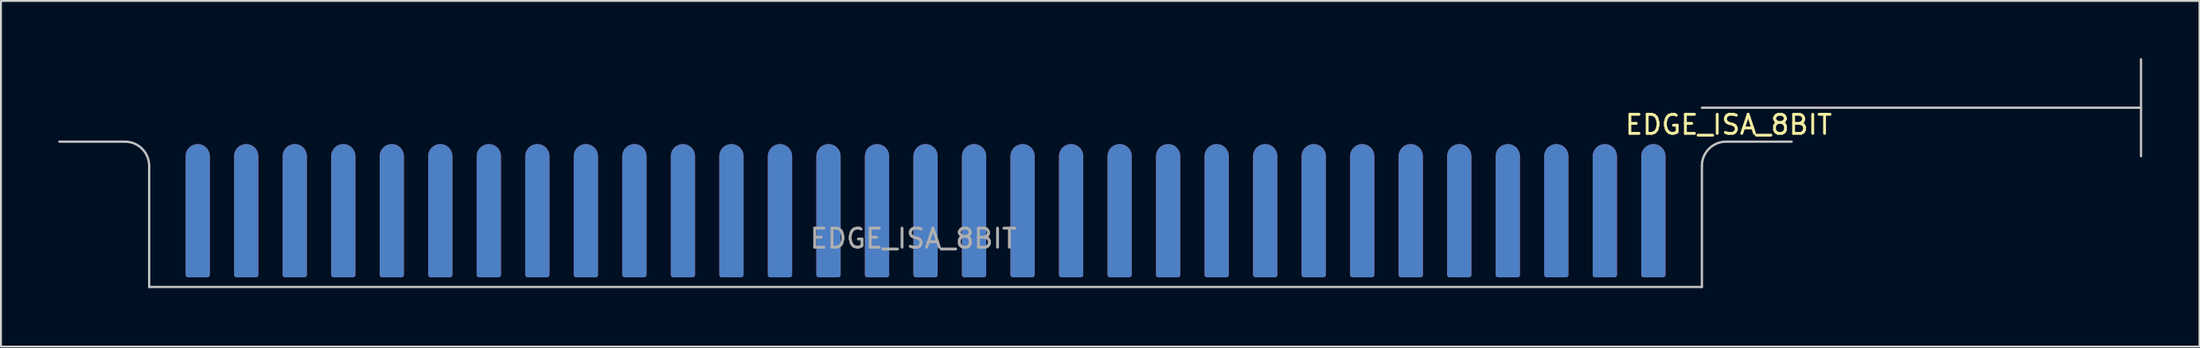
<source format=kicad_pcb>
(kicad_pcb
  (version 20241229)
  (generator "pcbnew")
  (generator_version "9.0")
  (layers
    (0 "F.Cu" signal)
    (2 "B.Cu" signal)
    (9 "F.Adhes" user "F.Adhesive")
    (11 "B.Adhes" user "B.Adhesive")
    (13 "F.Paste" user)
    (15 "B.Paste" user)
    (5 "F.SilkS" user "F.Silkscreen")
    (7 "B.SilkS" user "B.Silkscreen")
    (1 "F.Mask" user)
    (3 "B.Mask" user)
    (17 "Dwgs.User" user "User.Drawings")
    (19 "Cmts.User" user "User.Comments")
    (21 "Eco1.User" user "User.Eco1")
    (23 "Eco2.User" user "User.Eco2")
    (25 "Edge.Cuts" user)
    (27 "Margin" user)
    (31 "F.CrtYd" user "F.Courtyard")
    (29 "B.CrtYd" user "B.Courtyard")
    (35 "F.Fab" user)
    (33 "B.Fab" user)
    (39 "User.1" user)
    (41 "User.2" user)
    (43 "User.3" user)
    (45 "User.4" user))
  (footprint "EDGE_ISA_8BIT"
    (layer "F.Cu")
    (at 83.499 5.14)
    (property "Reference" "EDGE_ISA_8BIT" (at 3.937 -1.651 0) (unlocked yes) (layer "F.SilkS") (effects (font (size 1 1) (thickness 0.15))))
    (attr smd)
    (fp_rect (start -80.01 6.858) (end 3.556 -0.635) (stroke (width 0.254) (type solid)) (fill yes) (layer "F.Mask"))
    (fp_rect (start -80.01 6.858) (end 3.556 -0.635) (stroke (width 0.254) (type solid)) (fill yes) (layer "B.Mask"))
    (fp_line (start -80.01 -0.762) (end -83.439 -0.762) (stroke (width 0.12) (type solid)) (layer "Dwgs.User"))
    (fp_line (start -78.74 6.858) (end -78.74 0.508) (stroke (width 0.12) (type solid)) (layer "Dwgs.User"))
    (fp_line (start 2.54 -2.54) (end 25.527 -2.54) (stroke (width 0.12) (type solid)) (layer "Dwgs.User"))
    (fp_line (start 2.54 6.858) (end -78.74 6.858) (stroke (width 0.12) (type solid)) (layer "Dwgs.User"))
    (fp_line (start 2.54 6.858) (end 2.54 0.508) (stroke (width 0.12) (type solid)) (layer "Dwgs.User"))
    (fp_line (start 3.81 -0.762) (end 7.239 -0.762) (stroke (width 0.12) (type solid)) (layer "Dwgs.User"))
    (fp_line (start 25.527 0) (end 25.527 -5.08) (stroke (width 0.12) (type solid)) (layer "Dwgs.User"))
    (fp_arc (start -80.010001 -0.761999) (mid -79.111975 -0.390025) (end -78.740001 0.508001) (stroke (width 0.12) (type solid)) (layer "Dwgs.User"))
    (fp_arc (start 2.54 0.508) (mid 2.911974 -0.390026) (end 3.81 -0.762) (stroke (width 0.12) (type solid)) (layer "Dwgs.User"))
    (fp_text user "${REFERENCE}" (at -38.735 4.318 0) (unlocked yes) (layer "F.Fab") (effects (font (size 1 1) (thickness 0.15))))
    (pad "A1" smd custom (at 0 0) (size 1.27 1.27) (layers "F.Cu" "F.Mask") (options (anchor circle)) (primitives (gr_rect (start -0.508 0) (end 0.508 6.223) (width 0.254) (fill yes))))
    (pad "A2" smd custom (at -2.54 0) (size 1.27 1.27) (layers "F.Cu" "F.Mask") (options (anchor circle)) (primitives (gr_rect (start -0.508 0) (end 0.508 6.223) (width 0.254) (fill yes))))
    (pad "A3" smd custom (at -5.08 0) (size 1.27 1.27) (layers "F.Cu" "F.Mask") (options (anchor circle)) (primitives (gr_rect (start -0.508 0) (end 0.508 6.223) (width 0.254) (fill yes))))
    (pad "A4" smd custom (at -7.62 0) (size 1.27 1.27) (layers "F.Cu" "F.Mask") (options (anchor circle)) (primitives (gr_rect (start -0.508 0) (end 0.508 6.223) (width 0.254) (fill yes))))
    (pad "A5" smd custom (at -10.16 0) (size 1.27 1.27) (layers "F.Cu" "F.Mask") (options (anchor circle)) (primitives (gr_rect (start -0.508 0) (end 0.508 6.223) (width 0.254) (fill yes))))
    (pad "A6" smd custom (at -12.7 0) (size 1.27 1.27) (layers "F.Cu" "F.Mask") (options (anchor circle)) (primitives (gr_rect (start -0.508 0) (end 0.508 6.223) (width 0.254) (fill yes))))
    (pad "A7" smd custom (at -15.24 0) (size 1.27 1.27) (layers "F.Cu" "F.Mask") (options (anchor circle)) (primitives (gr_rect (start -0.508 0) (end 0.508 6.223) (width 0.254) (fill yes))))
    (pad "A8" smd custom (at -17.78 0) (size 1.27 1.27) (layers "F.Cu" "F.Mask") (options (anchor circle)) (primitives (gr_rect (start -0.508 0) (end 0.508 6.223) (width 0.254) (fill yes))))
    (pad "A9" smd custom (at -20.32 0) (size 1.27 1.27) (layers "F.Cu" "F.Mask") (options (anchor circle)) (primitives (gr_rect (start -0.508 0) (end 0.508 6.223) (width 0.254) (fill yes))))
    (pad "A10" smd custom (at -22.86 0) (size 1.27 1.27) (layers "F.Cu" "F.Mask") (options (anchor circle)) (primitives (gr_rect (start -0.508 0) (end 0.508 6.223) (width 0.254) (fill yes))))
    (pad "A11" smd custom (at -25.4 0) (size 1.27 1.27) (layers "F.Cu" "F.Mask") (options (anchor circle)) (primitives (gr_rect (start -0.508 0) (end 0.508 6.223) (width 0.254) (fill yes))))
    (pad "A12" smd custom (at -27.94 0) (size 1.27 1.27) (layers "F.Cu" "F.Mask") (options (anchor circle)) (primitives (gr_rect (start -0.508 0) (end 0.508 6.223) (width 0.254) (fill yes))))
    (pad "A13" smd custom (at -30.48 0) (size 1.27 1.27) (layers "F.Cu" "F.Mask") (options (anchor circle)) (primitives (gr_rect (start -0.508 0) (end 0.508 6.223) (width 0.254) (fill yes))))
    (pad "A14" smd custom (at -33.02 0) (size 1.27 1.27) (layers "F.Cu" "F.Mask") (options (anchor circle)) (primitives (gr_rect (start -0.508 0) (end 0.508 6.223) (width 0.254) (fill yes))))
    (pad "A15" smd custom (at -35.56 0) (size 1.27 1.27) (layers "F.Cu" "F.Mask") (options (anchor circle)) (primitives (gr_rect (start -0.508 0) (end 0.508 6.223) (width 0.254) (fill yes))))
    (pad "A16" smd custom (at -38.1 0) (size 1.27 1.27) (layers "F.Cu" "F.Mask") (options (anchor circle)) (primitives (gr_rect (start -0.508 0) (end 0.508 6.223) (width 0.254) (fill yes))))
    (pad "A17" smd custom (at -40.64 0) (size 1.27 1.27) (layers "F.Cu" "F.Mask") (options (anchor circle)) (primitives (gr_rect (start -0.508 0) (end 0.508 6.223) (width 0.254) (fill yes))))
    (pad "A18" smd custom (at -43.18 0) (size 1.27 1.27) (layers "F.Cu" "F.Mask") (options (anchor circle)) (primitives (gr_rect (start -0.508 0) (end 0.508 6.223) (width 0.254) (fill yes))))
    (pad "A19" smd custom (at -45.72 0) (size 1.27 1.27) (layers "F.Cu" "F.Mask") (options (anchor circle)) (primitives (gr_rect (start -0.508 0) (end 0.508 6.223) (width 0.254) (fill yes))))
    (pad "A20" smd custom (at -48.26 0) (size 1.27 1.27) (layers "F.Cu" "F.Mask") (options (anchor circle)) (primitives (gr_rect (start -0.508 0) (end 0.508 6.223) (width 0.254) (fill yes))))
    (pad "A21" smd custom (at -50.8 0) (size 1.27 1.27) (layers "F.Cu" "F.Mask") (options (anchor circle)) (primitives (gr_rect (start -0.508 0) (end 0.508 6.223) (width 0.254) (fill yes))))
    (pad "A22" smd custom (at -53.34 0) (size 1.27 1.27) (layers "F.Cu" "F.Mask") (options (anchor circle)) (primitives (gr_rect (start -0.508 0) (end 0.508 6.223) (width 0.254) (fill yes))))
    (pad "A23" smd custom (at -55.88 0) (size 1.27 1.27) (layers "F.Cu" "F.Mask") (options (anchor circle)) (primitives (gr_rect (start -0.508 0) (end 0.508 6.223) (width 0.254) (fill yes))))
    (pad "A24" smd custom (at -58.42 0) (size 1.27 1.27) (layers "F.Cu" "F.Mask") (options (anchor circle)) (primitives (gr_rect (start -0.508 0) (end 0.508 6.223) (width 0.254) (fill yes))))
    (pad "A25" smd custom (at -60.96 0) (size 1.27 1.27) (layers "F.Cu" "F.Mask") (options (anchor circle)) (primitives (gr_rect (start -0.508 0) (end 0.508 6.223) (width 0.254) (fill yes))))
    (pad "A26" smd custom (at -63.5 0) (size 1.27 1.27) (layers "F.Cu" "F.Mask") (options (anchor circle)) (primitives (gr_rect (start -0.508 0) (end 0.508 6.223) (width 0.254) (fill yes))))
    (pad "A27" smd custom (at -66.04 0) (size 1.27 1.27) (layers "F.Cu" "F.Mask") (options (anchor circle)) (primitives (gr_rect (start -0.508 0) (end 0.508 6.223) (width 0.254) (fill yes))))
    (pad "A28" smd custom (at -68.58 0) (size 1.27 1.27) (layers "F.Cu" "F.Mask") (options (anchor circle)) (primitives (gr_rect (start -0.508 0) (end 0.508 6.223) (width 0.254) (fill yes))))
    (pad "A29" smd custom (at -71.12 0) (size 1.27 1.27) (layers "F.Cu" "F.Mask") (options (anchor circle)) (primitives (gr_rect (start -0.508 0) (end 0.508 6.223) (width 0.254) (fill yes))))
    (pad "A30" smd custom (at -73.66 0) (size 1.27 1.27) (layers "F.Cu" "F.Mask") (options (anchor circle)) (primitives (gr_rect (start -0.508 0) (end 0.508 6.223) (width 0.254) (fill yes))))
    (pad "A31" smd custom (at -76.2 0) (size 1.27 1.27) (layers "F.Cu" "F.Mask") (options (anchor circle)) (primitives (gr_rect (start -0.508 0) (end 0.508 6.223) (width 0.254) (fill yes))))
    (pad "B1" smd custom (at 0 0) (size 1.27 1.27) (layers "F.Mask" "B.Cu") (options (anchor circle)) (primitives (gr_rect (start -0.508 0) (end 0.508 6.223) (width 0.254) (fill yes))))
    (pad "B2" smd custom (at -2.54 0) (size 1.27 1.27) (layers "F.Mask" "B.Cu") (options (anchor circle)) (primitives (gr_rect (start -0.508 0) (end 0.508 6.223) (width 0.254) (fill yes))))
    (pad "B3" smd custom (at -5.08 0) (size 1.27 1.27) (layers "F.Mask" "B.Cu") (options (anchor circle)) (primitives (gr_rect (start -0.508 0) (end 0.508 6.223) (width 0.254) (fill yes))))
    (pad "B4" smd custom (at -7.62 0) (size 1.27 1.27) (layers "F.Mask" "B.Cu") (options (anchor circle)) (primitives (gr_rect (start -0.508 0) (end 0.508 6.223) (width 0.254) (fill yes))))
    (pad "B5" smd custom (at -10.16 0) (size 1.27 1.27) (layers "F.Mask" "B.Cu") (options (anchor circle)) (primitives (gr_rect (start -0.508 0) (end 0.508 6.223) (width 0.254) (fill yes))))
    (pad "B6" smd custom (at -12.7 0) (size 1.27 1.27) (layers "F.Mask" "B.Cu") (options (anchor circle)) (primitives (gr_rect (start -0.508 0) (end 0.508 6.223) (width 0.254) (fill yes))))
    (pad "B7" smd custom (at -15.24 0) (size 1.27 1.27) (layers "F.Mask" "B.Cu") (options (anchor circle)) (primitives (gr_rect (start -0.508 0) (end 0.508 6.223) (width 0.254) (fill yes))))
    (pad "B8" smd custom (at -17.78 0) (size 1.27 1.27) (layers "F.Mask" "B.Cu") (options (anchor circle)) (primitives (gr_rect (start -0.508 0) (end 0.508 6.223) (width 0.254) (fill yes))))
    (pad "B9" smd custom (at -20.32 0) (size 1.27 1.27) (layers "F.Mask" "B.Cu") (options (anchor circle)) (primitives (gr_rect (start -0.508 0) (end 0.508 6.223) (width 0.254) (fill yes))))
    (pad "B10" smd custom (at -22.86 0) (size 1.27 1.27) (layers "F.Mask" "B.Cu") (options (anchor circle)) (primitives (gr_rect (start -0.508 0) (end 0.508 6.223) (width 0.254) (fill yes))))
    (pad "B11" smd custom (at -25.4 0) (size 1.27 1.27) (layers "F.Mask" "B.Cu") (options (anchor circle)) (primitives (gr_rect (start -0.508 0) (end 0.508 6.223) (width 0.254) (fill yes))))
    (pad "B12" smd custom (at -27.94 0) (size 1.27 1.27) (layers "F.Mask" "B.Cu") (options (anchor circle)) (primitives (gr_rect (start -0.508 0) (end 0.508 6.223) (width 0.254) (fill yes))))
    (pad "B13" smd custom (at -30.48 0) (size 1.27 1.27) (layers "F.Mask" "B.Cu") (options (anchor circle)) (primitives (gr_rect (start -0.508 0) (end 0.508 6.223) (width 0.254) (fill yes))))
    (pad "B14" smd custom (at -33.02 0) (size 1.27 1.27) (layers "F.Mask" "B.Cu") (options (anchor circle)) (primitives (gr_rect (start -0.508 0) (end 0.508 6.223) (width 0.254) (fill yes))))
    (pad "B15" smd custom (at -35.56 0) (size 1.27 1.27) (layers "F.Mask" "B.Cu") (options (anchor circle)) (primitives (gr_rect (start -0.508 0) (end 0.508 6.223) (width 0.254) (fill yes))))
    (pad "B16" smd custom (at -38.1 0) (size 1.27 1.27) (layers "F.Mask" "B.Cu") (options (anchor circle)) (primitives (gr_rect (start -0.508 0) (end 0.508 6.223) (width 0.254) (fill yes))))
    (pad "B17" smd custom (at -40.64 0) (size 1.27 1.27) (layers "F.Mask" "B.Cu") (options (anchor circle)) (primitives (gr_rect (start -0.508 0) (end 0.508 6.223) (width 0.254) (fill yes))))
    (pad "B18" smd custom (at -43.18 0) (size 1.27 1.27) (layers "F.Mask" "B.Cu") (options (anchor circle)) (primitives (gr_rect (start -0.508 0) (end 0.508 6.223) (width 0.254) (fill yes))))
    (pad "B19" smd custom (at -45.72 0) (size 1.27 1.27) (layers "F.Mask" "B.Cu") (options (anchor circle)) (primitives (gr_rect (start -0.508 0) (end 0.508 6.223) (width 0.254) (fill yes))))
    (pad "B20" smd custom (at -48.26 0) (size 1.27 1.27) (layers "F.Mask" "B.Cu") (options (anchor circle)) (primitives (gr_rect (start -0.508 0) (end 0.508 6.223) (width 0.254) (fill yes))))
    (pad "B21" smd custom (at -50.8 0) (size 1.27 1.27) (layers "F.Mask" "B.Cu") (options (anchor circle)) (primitives (gr_rect (start -0.508 0) (end 0.508 6.223) (width 0.254) (fill yes))))
    (pad "B22" smd custom (at -53.34 0) (size 1.27 1.27) (layers "F.Mask" "B.Cu") (options (anchor circle)) (primitives (gr_rect (start -0.508 0) (end 0.508 6.223) (width 0.254) (fill yes))))
    (pad "B23" smd custom (at -55.88 0) (size 1.27 1.27) (layers "F.Mask" "B.Cu") (options (anchor circle)) (primitives (gr_rect (start -0.508 0) (end 0.508 6.223) (width 0.254) (fill yes))))
    (pad "B24" smd custom (at -58.42 0) (size 1.27 1.27) (layers "F.Mask" "B.Cu") (options (anchor circle)) (primitives (gr_rect (start -0.508 0) (end 0.508 6.223) (width 0.254) (fill yes))))
    (pad "B25" smd custom (at -60.96 0) (size 1.27 1.27) (layers "F.Mask" "B.Cu") (options (anchor circle)) (primitives (gr_rect (start -0.508 0) (end 0.508 6.223) (width 0.254) (fill yes))))
    (pad "B26" smd custom (at -63.5 0) (size 1.27 1.27) (layers "F.Mask" "B.Cu") (options (anchor circle)) (primitives (gr_rect (start -0.508 0) (end 0.508 6.223) (width 0.254) (fill yes))))
    (pad "B27" smd custom (at -66.04 0) (size 1.27 1.27) (layers "F.Mask" "B.Cu") (options (anchor circle)) (primitives (gr_rect (start -0.508 0) (end 0.508 6.223) (width 0.254) (fill yes))))
    (pad "B28" smd custom (at -68.58 0) (size 1.27 1.27) (layers "F.Mask" "B.Cu") (options (anchor circle)) (primitives (gr_rect (start -0.508 0) (end 0.508 6.223) (width 0.254) (fill yes))))
    (pad "B29" smd custom (at -71.12 0) (size 1.27 1.27) (layers "F.Mask" "B.Cu") (options (anchor circle)) (primitives (gr_rect (start -0.508 0) (end 0.508 6.223) (width 0.254) (fill yes))))
    (pad "B30" smd custom (at -73.66 0) (size 1.27 1.27) (layers "F.Mask" "B.Cu") (options (anchor circle)) (primitives (gr_rect (start -0.508 0) (end 0.508 6.223) (width 0.254) (fill yes))))
    (pad "B31" smd custom (at -76.2 0) (size 1.27 1.27) (layers "F.Mask" "B.Cu") (options (anchor circle)) (primitives (gr_rect (start -0.508 0) (end 0.508 6.223) (width 0.254) (fill yes)))))
  (gr_rect
    (start -3 -3)
    (end 112.086 15.125)
    (stroke (width 0.1) (type default))
    (fill no)
    (layer "Edge.Cuts")))
</source>
